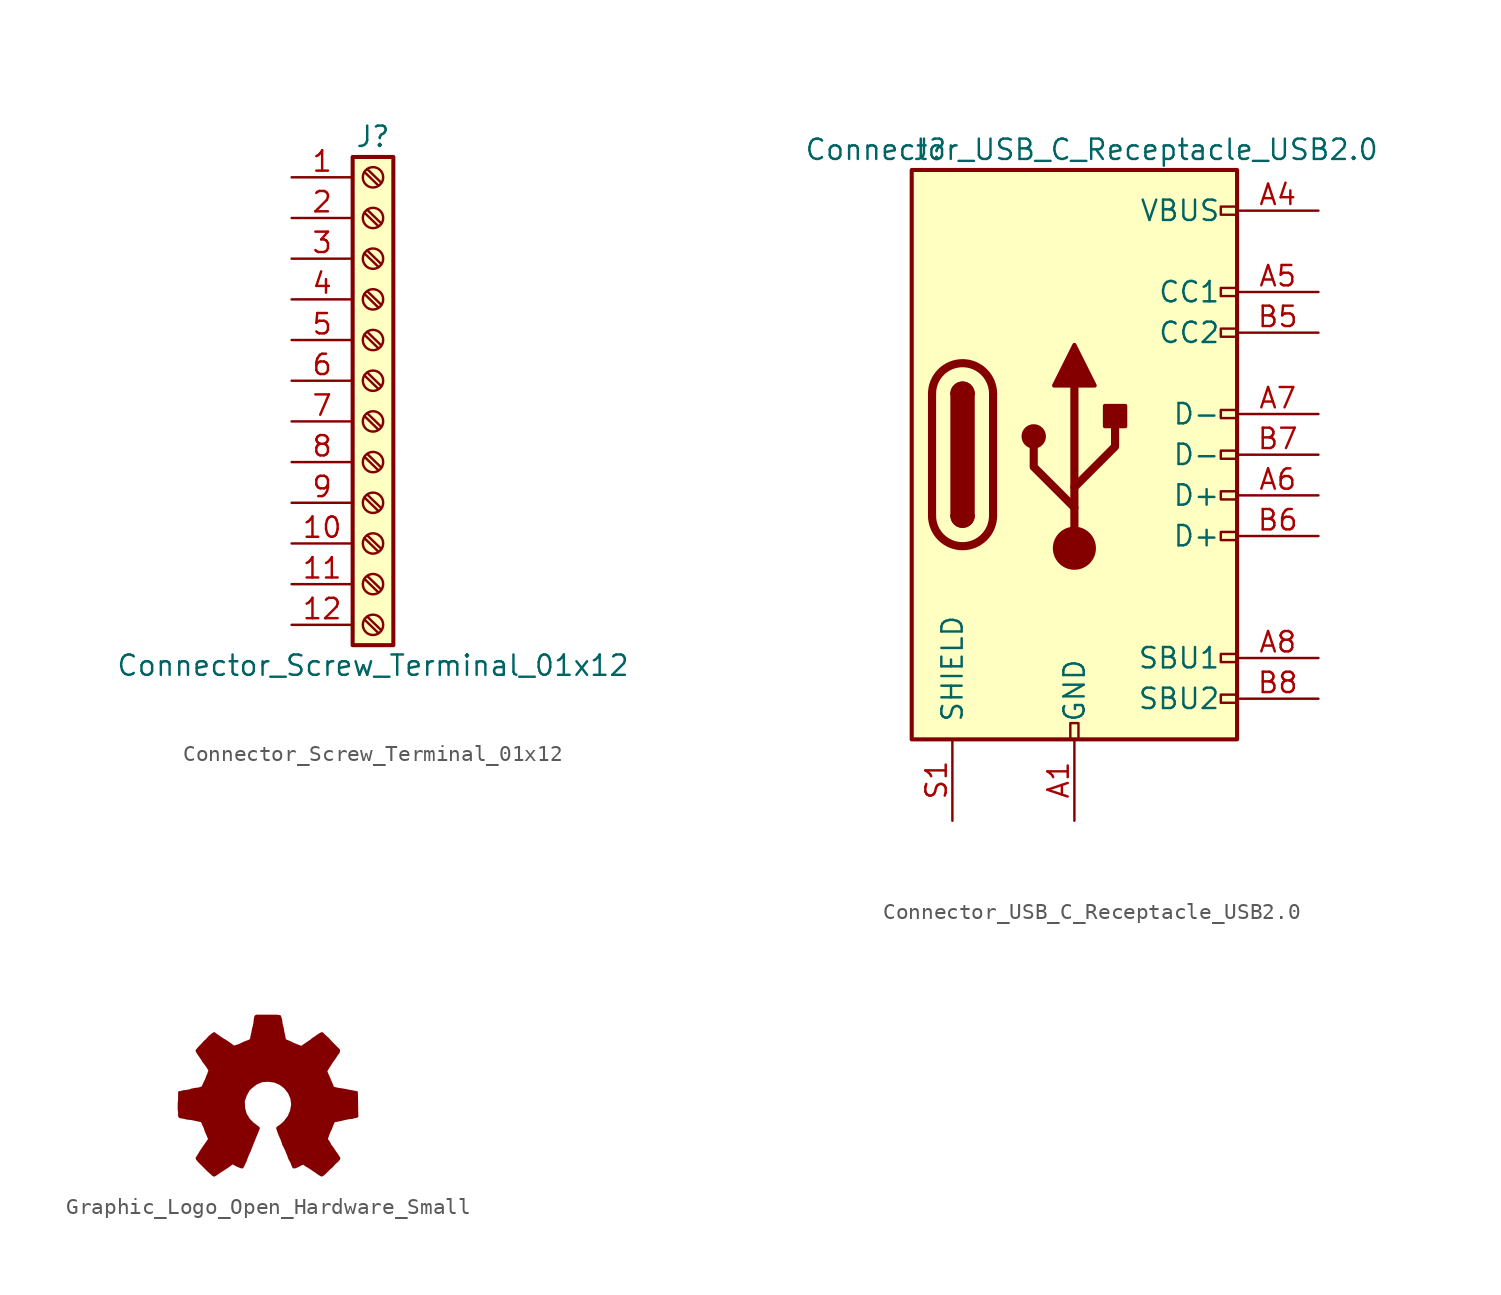
<source format=kicad_sym>
(kicad_symbol_lib
  (version 20231120)
  (generator "kicad_symbol_editor")
  (generator_version "8.0")
  (symbol "Connector_Screw_Terminal_01x12"
    (pin_names
      (offset 1.016) hide)
    (property "Reference" "J"
      (at 0 15.24 0)
      (effects (font (size 1.27 1.27))))
    (property "Value" "Connector_Screw_Terminal_01x12"
      (at 0 -17.78 0)
      (effects (font (size 1.27 1.27))))
    (symbol "Connector_Screw_Terminal_01x12_1_1"
      (rectangle (start -1.27 13.97) (end 1.27 -16.51) (stroke (width 0.254) (type solid)) (fill (type background)))
      (circle (center 0 -15.24) (radius 0.635) (stroke (width 0.152) (type solid)) (fill (type none)))
      (circle (center 0 -12.7) (radius 0.635) (stroke (width 0.152) (type solid)) (fill (type none)))
      (circle (center 0 -10.16) (radius 0.635) (stroke (width 0.152) (type solid)) (fill (type none)))
      (circle (center 0 -7.62) (radius 0.635) (stroke (width 0.152) (type solid)) (fill (type none)))
      (circle (center 0 -5.08) (radius 0.635) (stroke (width 0.152) (type solid)) (fill (type none)))
      (circle (center 0 -2.54) (radius 0.635) (stroke (width 0.152) (type solid)) (fill (type none)))
      (polyline (pts (xy -0.533 -14.91) (xy 0.33 -15.748)) (stroke (width 0.152) (type solid)) (fill (type none)))
      (polyline (pts (xy -0.533 -12.37) (xy 0.33 -13.208)) (stroke (width 0.152) (type solid)) (fill (type none)))
      (polyline (pts (xy -0.533 -9.83) (xy 0.33 -10.668)) (stroke (width 0.152) (type solid)) (fill (type none)))
      (polyline (pts (xy -0.533 -7.29) (xy 0.33 -8.128)) (stroke (width 0.152) (type solid)) (fill (type none)))
      (polyline (pts (xy -0.533 -4.75) (xy 0.33 -5.588)) (stroke (width 0.152) (type solid)) (fill (type none)))
      (polyline (pts (xy -0.533 -2.21) (xy 0.33 -3.048)) (stroke (width 0.152) (type solid)) (fill (type none)))
      (polyline (pts (xy -0.533 0.33) (xy 0.33 -0.508)) (stroke (width 0.152) (type solid)) (fill (type none)))
      (polyline (pts (xy -0.533 2.87) (xy 0.33 2.032)) (stroke (width 0.152) (type solid)) (fill (type none)))
      (polyline (pts (xy -0.533 5.41) (xy 0.33 4.572)) (stroke (width 0.152) (type solid)) (fill (type none)))
      (polyline (pts (xy -0.533 7.95) (xy 0.33 7.112)) (stroke (width 0.152) (type solid)) (fill (type none)))
      (polyline (pts (xy -0.533 10.49) (xy 0.33 9.652)) (stroke (width 0.152) (type solid)) (fill (type none)))
      (polyline (pts (xy -0.533 13.03) (xy 0.33 12.192)) (stroke (width 0.152) (type solid)) (fill (type none)))
      (polyline (pts (xy -0.356 -14.732) (xy 0.508 -15.57)) (stroke (width 0.152) (type solid)) (fill (type none)))
      (polyline (pts (xy -0.356 -12.192) (xy 0.508 -13.03)) (stroke (width 0.152) (type solid)) (fill (type none)))
      (polyline (pts (xy -0.356 -9.652) (xy 0.508 -10.49)) (stroke (width 0.152) (type solid)) (fill (type none)))
      (polyline (pts (xy -0.356 -7.112) (xy 0.508 -7.95)) (stroke (width 0.152) (type solid)) (fill (type none)))
      (polyline (pts (xy -0.356 -4.572) (xy 0.508 -5.41)) (stroke (width 0.152) (type solid)) (fill (type none)))
      (polyline (pts (xy -0.356 -2.032) (xy 0.508 -2.87)) (stroke (width 0.152) (type solid)) (fill (type none)))
      (polyline (pts (xy -0.356 0.508) (xy 0.508 -0.33)) (stroke (width 0.152) (type solid)) (fill (type none)))
      (polyline (pts (xy -0.356 3.048) (xy 0.508 2.21)) (stroke (width 0.152) (type solid)) (fill (type none)))
      (polyline (pts (xy -0.356 5.588) (xy 0.508 4.75)) (stroke (width 0.152) (type solid)) (fill (type none)))
      (polyline (pts (xy -0.356 8.128) (xy 0.508 7.29)) (stroke (width 0.152) (type solid)) (fill (type none)))
      (polyline (pts (xy -0.356 10.668) (xy 0.508 9.83)) (stroke (width 0.152) (type solid)) (fill (type none)))
      (polyline (pts (xy -0.356 13.208) (xy 0.508 12.37)) (stroke (width 0.152) (type solid)) (fill (type none)))
      (circle (center 0 0) (radius 0.635) (stroke (width 0.152) (type solid)) (fill (type none)))
      (circle (center 0 2.54) (radius 0.635) (stroke (width 0.152) (type solid)) (fill (type none)))
      (circle (center 0 5.08) (radius 0.635) (stroke (width 0.152) (type solid)) (fill (type none)))
      (circle (center 0 7.62) (radius 0.635) (stroke (width 0.152) (type solid)) (fill (type none)))
      (circle (center 0 10.16) (radius 0.635) (stroke (width 0.152) (type solid)) (fill (type none)))
      (circle (center 0 12.7) (radius 0.635) (stroke (width 0.152) (type solid)) (fill (type none)))
      (pin passive line (at -5.08 12.7 0) (length 3.81) (name "Pin_1" (effects (font (size 1.27 1.27)))) (number "1" (effects (font (size 1.27 1.27)))))
      (pin passive line (at -5.08 -10.16 0) (length 3.81) (name "Pin_10" (effects (font (size 1.27 1.27)))) (number "10" (effects (font (size 1.27 1.27)))))
      (pin passive line (at -5.08 -12.7 0) (length 3.81) (name "Pin_11" (effects (font (size 1.27 1.27)))) (number "11" (effects (font (size 1.27 1.27)))))
      (pin passive line (at -5.08 -15.24 0) (length 3.81) (name "Pin_12" (effects (font (size 1.27 1.27)))) (number "12" (effects (font (size 1.27 1.27)))))
      (pin passive line (at -5.08 10.16 0) (length 3.81) (name "Pin_2" (effects (font (size 1.27 1.27)))) (number "2" (effects (font (size 1.27 1.27)))))
      (pin passive line (at -5.08 7.62 0) (length 3.81) (name "Pin_3" (effects (font (size 1.27 1.27)))) (number "3" (effects (font (size 1.27 1.27)))))
      (pin passive line (at -5.08 5.08 0) (length 3.81) (name "Pin_4" (effects (font (size 1.27 1.27)))) (number "4" (effects (font (size 1.27 1.27)))))
      (pin passive line (at -5.08 2.54 0) (length 3.81) (name "Pin_5" (effects (font (size 1.27 1.27)))) (number "5" (effects (font (size 1.27 1.27)))))
      (pin passive line (at -5.08 0 0) (length 3.81) (name "Pin_6" (effects (font (size 1.27 1.27)))) (number "6" (effects (font (size 1.27 1.27)))))
      (pin passive line (at -5.08 -2.54 0) (length 3.81) (name "Pin_7" (effects (font (size 1.27 1.27)))) (number "7" (effects (font (size 1.27 1.27)))))
      (pin passive line (at -5.08 -5.08 0) (length 3.81) (name "Pin_8" (effects (font (size 1.27 1.27)))) (number "8" (effects (font (size 1.27 1.27)))))
      (pin passive line (at -5.08 -7.62 0) (length 3.81) (name "Pin_9" (effects (font (size 1.27 1.27)))) (number "9" (effects (font (size 1.27 1.27)))))))
  (symbol "Connector_USB_C_Receptacle_USB2.0"
    (pin_names
      (offset 1.016))
    (property "Reference" "J"
      (at -10.16 19.05 0)
      (effects (font (size 1.27 1.27)) (justify left)))
    (property "Value" "Connector_USB_C_Receptacle_USB2.0"
      (at 19.05 19.05 0)
      (effects (font (size 1.27 1.27)) (justify right)))
    (symbol "Connector_USB_C_Receptacle_USB2.0_0_0"
      (rectangle (start -0.254 -17.78) (end 0.254 -16.764) (stroke (width 0) (type solid)) (fill (type none)))
      (rectangle (start 10.16 -14.986) (end 9.144 -15.494) (stroke (width 0) (type solid)) (fill (type none)))
      (rectangle (start 10.16 -12.446) (end 9.144 -12.954) (stroke (width 0) (type solid)) (fill (type none)))
      (rectangle (start 10.16 -4.826) (end 9.144 -5.334) (stroke (width 0) (type solid)) (fill (type none)))
      (rectangle (start 10.16 -2.286) (end 9.144 -2.794) (stroke (width 0) (type solid)) (fill (type none)))
      (rectangle (start 10.16 0.254) (end 9.144 -0.254) (stroke (width 0) (type solid)) (fill (type none)))
      (rectangle (start 10.16 2.794) (end 9.144 2.286) (stroke (width 0) (type solid)) (fill (type none)))
      (rectangle (start 10.16 7.874) (end 9.144 7.366) (stroke (width 0) (type solid)) (fill (type none)))
      (rectangle (start 10.16 10.414) (end 9.144 9.906) (stroke (width 0) (type solid)) (fill (type none)))
      (rectangle (start 10.16 15.494) (end 9.144 14.986) (stroke (width 0) (type solid)) (fill (type none))))
    (symbol "Connector_USB_C_Receptacle_USB2.0_0_1"
      (rectangle (start -10.16 17.78) (end 10.16 -17.78) (stroke (width 0.254) (type solid)) (fill (type background)))
      (arc (start -8.89 -3.81) (mid -6.985 -5.715) (end -5.08 -3.81) (stroke (width 0.508) (type solid)) (fill (type none)))
      (arc (start -7.62 -3.81) (mid -6.985 -4.445) (end -6.35 -3.81) (stroke (width 0.254) (type solid)) (fill (type none)))
      (arc (start -7.62 -3.81) (mid -6.985 -4.445) (end -6.35 -3.81) (stroke (width 0.254) (type solid)) (fill (type outline)))
      (rectangle (start -7.62 -3.81) (end -6.35 3.81) (stroke (width 0.254) (type solid)) (fill (type outline)))
      (arc (start -6.35 3.81) (mid -6.985 4.445) (end -7.62 3.81) (stroke (width 0.254) (type solid)) (fill (type none)))
      (arc (start -6.35 3.81) (mid -6.985 4.445) (end -7.62 3.81) (stroke (width 0.254) (type solid)) (fill (type outline)))
      (arc (start -5.08 3.81) (mid -6.985 5.715) (end -8.89 3.81) (stroke (width 0.508) (type solid)) (fill (type none)))
      (circle (center -2.54 1.143) (radius 0.635) (stroke (width 0.254) (type solid)) (fill (type outline)))
      (circle (center 0 -5.842) (radius 1.27) (stroke (width 0) (type solid)) (fill (type outline)))
      (polyline (pts (xy -8.89 -3.81) (xy -8.89 3.81)) (stroke (width 0.508) (type solid)) (fill (type none)))
      (polyline (pts (xy -5.08 3.81) (xy -5.08 -3.81)) (stroke (width 0.508) (type solid)) (fill (type none)))
      (polyline (pts (xy 0 -5.842) (xy 0 4.318)) (stroke (width 0.508) (type solid)) (fill (type none)))
      (polyline (pts (xy 0 -3.302) (xy -2.54 -0.762) (xy -2.54 0.508)) (stroke (width 0.508) (type solid)) (fill (type none)))
      (polyline (pts (xy 0 -2.032) (xy 2.54 0.508) (xy 2.54 1.778)) (stroke (width 0.508) (type solid)) (fill (type none)))
      (polyline (pts (xy -1.27 4.318) (xy 0 6.858) (xy 1.27 4.318) (xy -1.27 4.318)) (stroke (width 0.254) (type solid)) (fill (type outline)))
      (rectangle (start 1.905 1.778) (end 3.175 3.048) (stroke (width 0.254) (type solid)) (fill (type outline))))
    (symbol "Connector_USB_C_Receptacle_USB2.0_1_1"
      (pin power_in line (at 0 -22.86 90) (length 5.08) (name "GND" (effects (font (size 1.27 1.27)))) (number "A1" (effects (font (size 1.27 1.27)))))
      (pin power_in line (at 0 -22.86 90) (length 5.08) hide (name "GND" (effects (font (size 1.27 1.27)))) (number "A12" (effects (font (size 1.27 1.27)))))
      (pin power_in line (at 15.24 15.24 180) (length 5.08) (name "VBUS" (effects (font (size 1.27 1.27)))) (number "A4" (effects (font (size 1.27 1.27)))))
      (pin bidirectional line (at 15.24 10.16 180) (length 5.08) (name "CC1" (effects (font (size 1.27 1.27)))) (number "A5" (effects (font (size 1.27 1.27)))))
      (pin bidirectional line (at 15.24 -2.54 180) (length 5.08) (name "D+" (effects (font (size 1.27 1.27)))) (number "A6" (effects (font (size 1.27 1.27)))))
      (pin bidirectional line (at 15.24 2.54 180) (length 5.08) (name "D-" (effects (font (size 1.27 1.27)))) (number "A7" (effects (font (size 1.27 1.27)))))
      (pin bidirectional line (at 15.24 -12.7 180) (length 5.08) (name "SBU1" (effects (font (size 1.27 1.27)))) (number "A8" (effects (font (size 1.27 1.27)))))
      (pin power_in line (at 15.24 15.24 180) (length 5.08) hide (name "VBUS" (effects (font (size 1.27 1.27)))) (number "A9" (effects (font (size 1.27 1.27)))))
      (pin power_in line (at 0 -22.86 90) (length 5.08) hide (name "GND" (effects (font (size 1.27 1.27)))) (number "B1" (effects (font (size 1.27 1.27)))))
      (pin power_in line (at 0 -22.86 90) (length 5.08) hide (name "GND" (effects (font (size 1.27 1.27)))) (number "B12" (effects (font (size 1.27 1.27)))))
      (pin power_in line (at 15.24 15.24 180) (length 5.08) hide (name "VBUS" (effects (font (size 1.27 1.27)))) (number "B4" (effects (font (size 1.27 1.27)))))
      (pin bidirectional line (at 15.24 7.62 180) (length 5.08) (name "CC2" (effects (font (size 1.27 1.27)))) (number "B5" (effects (font (size 1.27 1.27)))))
      (pin bidirectional line (at 15.24 -5.08 180) (length 5.08) (name "D+" (effects (font (size 1.27 1.27)))) (number "B6" (effects (font (size 1.27 1.27)))))
      (pin bidirectional line (at 15.24 0 180) (length 5.08) (name "D-" (effects (font (size 1.27 1.27)))) (number "B7" (effects (font (size 1.27 1.27)))))
      (pin bidirectional line (at 15.24 -15.24 180) (length 5.08) (name "SBU2" (effects (font (size 1.27 1.27)))) (number "B8" (effects (font (size 1.27 1.27)))))
      (pin power_in line (at 15.24 15.24 180) (length 5.08) hide (name "VBUS" (effects (font (size 1.27 1.27)))) (number "B9" (effects (font (size 1.27 1.27)))))
      (pin passive line (at -7.62 -22.86 90) (length 5.08) (name "SHIELD" (effects (font (size 1.27 1.27)))) (number "S1" (effects (font (size 1.27 1.27)))))))
  (symbol "Graphic_Logo_Open_Hardware_Small"
    (pin_names
      (offset 1.016))
    (property "Reference" "#LOGO"
      (at 0 6.985 0)
      (effects (font (size 1.27 1.27)) (hide yes)))
    (symbol "Graphic_Logo_Open_Hardware_Small_0_1"
      (polyline (pts (xy 3.353 -4.343) (xy 3.302 -4.318) (xy 3.175 -4.242) (xy 2.997 -4.115) (xy 2.769 -3.962) (xy 2.54 -3.81) (xy 2.362 -3.708) (xy 2.235 -3.607) (xy 2.184 -3.581) (xy 2.159 -3.607) (xy 2.057 -3.658) (xy 1.905 -3.734) (xy 1.803 -3.785) (xy 1.676 -3.835) (xy 1.6 -3.835) (xy 1.6 -3.835) (xy 1.549 -3.734) (xy 1.473 -3.531) (xy 1.346 -3.302) (xy 1.245 -3.023) (xy 1.118 -2.718) (xy 0.965 -2.413) (xy 0.864 -2.108) (xy 0.737 -1.829) (xy 0.66 -1.626) (xy 0.61 -1.473) (xy 0.584 -1.397) (xy 0.584 -1.397) (xy 0.66 -1.321) (xy 0.787 -1.245) (xy 1.041 -1.016) (xy 1.295 -0.686) (xy 1.448 -0.33) (xy 1.524 0.076) (xy 1.473 0.457) (xy 1.321 0.813) (xy 1.067 1.143) (xy 0.762 1.372) (xy 0.406 1.524) (xy 0 1.575) (xy -0.381 1.549) (xy -0.737 1.397) (xy -1.067 1.143) (xy -1.219 0.991) (xy -1.397 0.66) (xy -1.524 0.305) (xy -1.524 0.229) (xy -1.499 -0.178) (xy -1.397 -0.533) (xy -1.194 -0.864) (xy -0.914 -1.143) (xy -0.864 -1.168) (xy -0.737 -1.27) (xy -0.635 -1.346) (xy -0.584 -1.397) (xy -1.067 -2.591) (xy -1.143 -2.794) (xy -1.295 -3.124) (xy -1.397 -3.404) (xy -1.499 -3.632) (xy -1.575 -3.785) (xy -1.6 -3.835) (xy -1.6 -3.835) (xy -1.651 -3.835) (xy -1.727 -3.81) (xy -1.905 -3.734) (xy -2.007 -3.683) (xy -2.134 -3.607) (xy -2.21 -3.581) (xy -2.261 -3.607) (xy -2.362 -3.683) (xy -2.54 -3.81) (xy -2.769 -3.962) (xy -2.972 -4.089) (xy -3.15 -4.216) (xy -3.302 -4.318) (xy -3.353 -4.343) (xy -3.378 -4.343) (xy -3.429 -4.318) (xy -3.531 -4.216) (xy -3.708 -4.064) (xy -3.937 -3.835) (xy -3.962 -3.81) (xy -4.166 -3.607) (xy -4.318 -3.454) (xy -4.42 -3.327) (xy -4.445 -3.277) (xy -4.445 -3.277) (xy -4.42 -3.226) (xy -4.318 -3.073) (xy -4.216 -2.896) (xy -4.064 -2.667) (xy -3.658 -2.083) (xy -3.886 -1.549) (xy -3.937 -1.372) (xy -4.039 -1.168) (xy -4.089 -1.041) (xy -4.115 -0.965) (xy -4.191 -0.94) (xy -4.318 -0.914) (xy -4.547 -0.864) (xy -4.801 -0.813) (xy -5.055 -0.787) (xy -5.258 -0.737) (xy -5.436 -0.711) (xy -5.512 -0.686) (xy -5.512 -0.686) (xy -5.537 -0.635) (xy -5.537 -0.559) (xy -5.537 -0.432) (xy -5.563 -0.229) (xy -5.563 0.076) (xy -5.563 0.127) (xy -5.537 0.406) (xy -5.537 0.635) (xy -5.537 0.762) (xy -5.537 0.838) (xy -5.537 0.838) (xy -5.461 0.838) (xy -5.309 0.889) (xy -5.08 0.914) (xy -4.826 0.965) (xy -4.801 0.991) (xy -4.547 1.041) (xy -4.318 1.067) (xy -4.166 1.118) (xy -4.089 1.143) (xy -4.089 1.143) (xy -4.039 1.245) (xy -3.962 1.422) (xy -3.861 1.626) (xy -3.785 1.829) (xy -3.708 2.007) (xy -3.658 2.159) (xy -3.632 2.21) (xy -3.632 2.21) (xy -3.683 2.286) (xy -3.759 2.413) (xy -3.886 2.591) (xy -4.064 2.819) (xy -4.064 2.845) (xy -4.216 3.073) (xy -4.343 3.251) (xy -4.42 3.378) (xy -4.445 3.454) (xy -4.445 3.454) (xy -4.394 3.505) (xy -4.293 3.632) (xy -4.115 3.81) (xy -3.937 4.013) (xy -3.861 4.064) (xy -3.658 4.293) (xy -3.505 4.42) (xy -3.404 4.496) (xy -3.353 4.521) (xy -3.353 4.521) (xy -3.302 4.47) (xy -3.15 4.369) (xy -2.972 4.242) (xy -2.743 4.089) (xy -2.718 4.089) (xy -2.489 3.937) (xy -2.311 3.81) (xy -2.184 3.708) (xy -2.134 3.683) (xy -2.108 3.683) (xy -2.032 3.708) (xy -1.854 3.759) (xy -1.676 3.835) (xy -1.473 3.937) (xy -1.27 4.013) (xy -1.143 4.064) (xy -1.067 4.115) (xy -1.067 4.115) (xy -1.041 4.191) (xy -1.016 4.343) (xy -0.965 4.572) (xy -0.914 4.851) (xy -0.889 4.902) (xy -0.838 5.156) (xy -0.813 5.385) (xy -0.787 5.537) (xy -0.762 5.588) (xy -0.711 5.613) (xy -0.584 5.613) (xy -0.406 5.613) (xy -0.152 5.613) (xy 0.076 5.613) (xy 0.33 5.613) (xy 0.533 5.613) (xy 0.686 5.588) (xy 0.737 5.588) (xy 0.737 5.588) (xy 0.762 5.512) (xy 0.813 5.334) (xy 0.838 5.105) (xy 0.914 4.826) (xy 0.914 4.775) (xy 0.965 4.521) (xy 1.016 4.293) (xy 1.041 4.14) (xy 1.067 4.089) (xy 1.067 4.089) (xy 1.194 4.039) (xy 1.372 3.962) (xy 1.575 3.861) (xy 2.083 3.658) (xy 2.718 4.089) (xy 2.769 4.14) (xy 2.997 4.293) (xy 3.175 4.42) (xy 3.302 4.496) (xy 3.378 4.521) (xy 3.378 4.521) (xy 3.429 4.47) (xy 3.556 4.343) (xy 3.734 4.191) (xy 3.912 3.988) (xy 4.064 3.835) (xy 4.242 3.658) (xy 4.343 3.556) (xy 4.42 3.48) (xy 4.42 3.429) (xy 4.42 3.404) (xy 4.394 3.327) (xy 4.293 3.2) (xy 4.166 2.997) (xy 4.013 2.794) (xy 3.886 2.591) (xy 3.759 2.388) (xy 3.658 2.235) (xy 3.632 2.159) (xy 3.632 2.134) (xy 3.683 2.007) (xy 3.759 1.829) (xy 3.861 1.6) (xy 4.064 1.118) (xy 4.394 1.041) (xy 4.597 1.016) (xy 4.877 0.965) (xy 5.131 0.914) (xy 5.537 0.838) (xy 5.563 -0.66) (xy 5.486 -0.686) (xy 5.436 -0.686) (xy 5.283 -0.737) (xy 5.055 -0.762) (xy 4.801 -0.813) (xy 4.597 -0.864) (xy 4.369 -0.914) (xy 4.216 -0.94) (xy 4.14 -0.94) (xy 4.115 -0.965) (xy 4.064 -1.067) (xy 3.988 -1.245) (xy 3.912 -1.448) (xy 3.81 -1.651) (xy 3.734 -1.854) (xy 3.683 -2.007) (xy 3.658 -2.083) (xy 3.683 -2.134) (xy 3.785 -2.261) (xy 3.886 -2.464) (xy 4.039 -2.667) (xy 4.191 -2.896) (xy 4.318 -3.073) (xy 4.394 -3.2) (xy 4.445 -3.277) (xy 4.42 -3.327) (xy 4.343 -3.429) (xy 4.166 -3.581) (xy 3.937 -3.835) (xy 3.886 -3.861) (xy 3.683 -4.064) (xy 3.531 -4.216) (xy 3.404 -4.318) (xy 3.353 -4.343)) (stroke (width 0) (type solid)) (fill (type outline))))))
</source>
